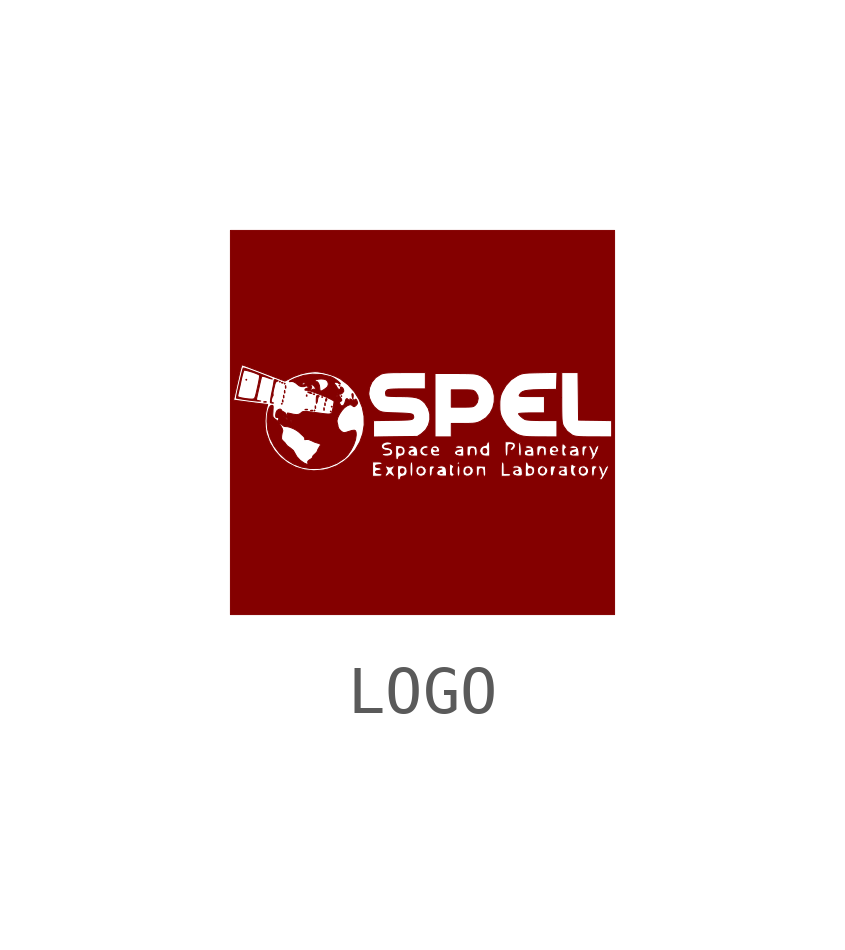
<source format=kicad_sym>
(kicad_symbol_lib
  (version 20220914)
  (generator "bitmap2component")
  (generator_version "8.0")
  (symbol "LOGO"
    (pin_names
      (offset 1.016))
    (property "Reference" "#G"
      (at 0 3.365 0)
      (effects (font (size 1.27 1.27)) hide))
    (symbol "LOGO_0_0"
      (polyline (pts (xy 4 0) (xy 4 4) (xy 0 4) (xy -4 4) (xy -4 0.465) (xy -3.935 0.465) (xy -3.901 0.617) (xy -3.871 0.753) (xy -3.839 0.894) (xy -3.814 1.004) (xy -3.795 1.085) (xy -3.78 1.141) (xy -3.77 1.176) (xy -3.762 1.195) (xy -3.757 1.2) (xy -3.747 1.197) (xy -3.705 1.183) (xy -3.634 1.157) (xy -3.54 1.121) (xy -3.428 1.079) (xy -3.303 1.031) (xy -2.864 0.863) (xy -2.733 0.932) (xy -2.685 0.956) (xy -2.539 1.01) (xy -2.384 1.046) (xy -2.238 1.06) (xy -2.181 1.056) (xy -2.064 1.037) (xy -1.939 1.004) (xy -1.82 0.962) (xy -1.723 0.915) (xy -1.71 0.907) (xy -1.55 0.786) (xy -1.421 0.643) (xy -1.393 0.599) (xy -1.12 0.599) (xy -1.103 0.722) (xy -1.054 0.839) (xy -0.975 0.934) (xy -0.87 1.003) (xy -0.848 1.012) (xy -0.813 1.022) (xy -0.767 1.029) (xy -0.706 1.034) (xy -0.622 1.038) (xy -0.511 1.039) (xy -0.365 1.04) (xy 0.06 1.04) (xy 0.06 0.87) (xy 0.06 0.7) (xy -0.329 0.7) (xy -0.386 0.7) (xy -0.509 0.699) (xy -0.6 0.697) (xy -0.664 0.693) (xy -0.707 0.687) (xy -0.733 0.679) (xy -0.75 0.667) (xy -0.767 0.641) (xy -0.771 0.606) (xy -0.767 0.592) (xy -0.76 0.558) (xy -0.757 0.556) (xy -0.724 0.549) (xy -0.659 0.544) (xy -0.571 0.541) (xy -0.465 0.54) (xy -0.449 0.54) (xy -0.311 0.537) (xy -0.205 0.529) (xy -0.124 0.514) (xy -0.06 0.49) (xy -0.006 0.455) (xy 0.044 0.408) (xy 0.056 0.395) (xy 0.077 0.36) (xy 0.26 0.36) (xy 0.26 1.02) (xy 0.685 1.02) (xy 0.765 1.02) (xy 0.889 1.019) (xy 0.982 1.017) (xy 1.05 1.014) (xy 1.101 1.008) (xy 1.141 1) (xy 1.175 0.988) (xy 1.211 0.973) (xy 1.233 0.962) (xy 1.339 0.886) (xy 1.419 0.787) (xy 1.471 0.674) (xy 1.496 0.552) (xy 1.493 0.427) (xy 1.477 0.36) (xy 1.61 0.36) (xy 1.611 0.438) (xy 1.619 0.512) (xy 1.635 0.576) (xy 1.663 0.642) (xy 1.737 0.769) (xy 1.845 0.888) (xy 1.977 0.975) (xy 2.018 0.994) (xy 2.056 1.009) (xy 2.098 1.019) (xy 2.151 1.026) (xy 2.221 1.031) (xy 2.317 1.034) (xy 2.446 1.037) (xy 2.802 1.044) (xy 2.796 0.867) (xy 2.79 0.69) (xy 2.475 0.686) (xy 2.445 0.685) (xy 2.31 0.681) (xy 2.208 0.673) (xy 2.133 0.661) (xy 2.081 0.642) (xy 2.045 0.615) (xy 2.02 0.58) (xy 2.018 0.576) (xy 2.013 0.561) (xy 2.018 0.551) (xy 2.041 0.545) (xy 2.087 0.542) (xy 2.161 0.54) (xy 2.269 0.54) (xy 2.54 0.54) (xy 2.54 0.519) (xy 2.9 0.519) (xy 2.9 1.04) (xy 3.07 1.04) (xy 3.239 1.04) (xy 3.245 0.545) (xy 3.25 0.05) (xy 3.595 0.045) (xy 3.94 0.039) (xy 3.94 -0.13) (xy 3.94 -0.3) (xy 3.565 -0.299) (xy 3.461 -0.299) (xy 3.347 -0.297) (xy 3.262 -0.293) (xy 3.202 -0.287) (xy 3.16 -0.278) (xy 3.13 -0.267) (xy 3.114 -0.258) (xy 3.011 -0.179) (xy 2.938 -0.076) (xy 2.927 -0.052) (xy 2.918 -0.023) (xy 2.911 0.015) (xy 2.906 0.067) (xy 2.903 0.138) (xy 2.901 0.234) (xy 2.9 0.359) (xy 2.9 0.519) (xy 2.54 0.519) (xy 2.54 0.37) (xy 2.54 0.2) (xy 2.27 0.2) (xy 2.242 0.2) (xy 2.147 0.198) (xy 2.07 0.195) (xy 2.019 0.19) (xy 2 0.183) (xy 2.008 0.166) (xy 2.04 0.131) (xy 2.086 0.093) (xy 2.134 0.062) (xy 2.135 0.062) (xy 2.176 0.053) (xy 2.252 0.046) (xy 2.358 0.042) (xy 2.489 0.04) (xy 2.8 0.04) (xy 2.8 -0.13) (xy 2.8 -0.3) (xy 2.455 -0.299) (xy 2.336 -0.298) (xy 2.233 -0.296) (xy 2.156 -0.291) (xy 2.098 -0.284) (xy 2.05 -0.273) (xy 2.006 -0.258) (xy 1.964 -0.239) (xy 1.849 -0.163) (xy 1.748 -0.057) (xy 1.669 0.071) (xy 1.667 0.074) (xy 1.637 0.141) (xy 1.62 0.2) (xy 1.612 0.268) (xy 1.61 0.36) (xy 1.477 0.36) (xy 1.464 0.305) (xy 1.407 0.194) (xy 1.323 0.099) (xy 1.211 0.028) (xy 1.198 0.022) (xy 1.152 0.003) (xy 1.104 -0.009) (xy 1.045 -0.016) (xy 0.965 -0.019) (xy 0.855 -0.02) (xy 0.6 -0.02) (xy 0.6 -0.16) (xy 0.6 -0.3) (xy 0.43 -0.3) (xy 0.26 -0.3) (xy 0.26 0.36) (xy 0.077 0.36) (xy 0.12 0.292) (xy 0.152 0.178) (xy 0.153 0.06) (xy 0.124 -0.053) (xy 0.065 -0.154) (xy -0.022 -0.234) (xy -0.107 -0.29) (xy -0.564 -0.296) (xy -1.02 -0.302) (xy -1.02 -0.131) (xy -1.02 0.039) (xy -0.617 0.045) (xy -0.499 0.046) (xy -0.391 0.049) (xy -0.312 0.052) (xy -0.258 0.057) (xy -0.224 0.064) (xy -0.204 0.073) (xy -0.192 0.085) (xy -0.181 0.112) (xy -0.192 0.155) (xy -0.203 0.167) (xy -0.225 0.177) (xy -0.263 0.185) (xy -0.324 0.191) (xy -0.412 0.196) (xy -0.534 0.2) (xy -0.606 0.202) (xy -0.707 0.206) (xy -0.78 0.211) (xy -0.832 0.218) (xy -0.87 0.229) (xy -0.902 0.243) (xy -0.934 0.264) (xy -0.935 0.264) (xy -1.004 0.328) (xy -1.063 0.415) (xy -1.104 0.51) (xy -1.12 0.599) (xy -1.393 0.599) (xy -1.322 0.484) (xy -1.254 0.313) (xy -1.218 0.133) (xy -1.215 -0.05) (xy -1.244 -0.231) (xy -1.307 -0.407) (xy -1.371 -0.517) (xy -0.857 -0.517) (xy -0.856 -0.472) (xy -0.826 -0.433) (xy -0.767 -0.408) (xy -0.724 -0.404) (xy -0.674 -0.411) (xy -0.643 -0.427) (xy -0.64 -0.451) (xy -0.641 -0.452) (xy -0.669 -0.463) (xy -0.718 -0.468) (xy -0.733 -0.469) (xy -0.776 -0.48) (xy -0.796 -0.497) (xy -0.789 -0.513) (xy -0.75 -0.52) (xy -0.721 -0.522) (xy -0.662 -0.544) (xy -0.625 -0.582) (xy -0.618 -0.629) (xy -0.619 -0.63) (xy -0.56 -0.63) (xy -0.56 -0.48) (xy -0.499 -0.48) (xy -0.491 -0.48) (xy -0.416 -0.492) (xy -0.374 -0.527) (xy -0.36 -0.587) (xy -0.364 -0.615) (xy -0.305 -0.615) (xy -0.276 -0.577) (xy -0.22 -0.554) (xy -0.197 -0.549) (xy -0.198 -0.545) (xy -0.237 -0.543) (xy -0.281 -0.534) (xy -0.295 -0.516) (xy -0.277 -0.497) (xy -0.226 -0.484) (xy -0.212 -0.483) (xy -0.15 -0.498) (xy -0.113 -0.544) (xy -0.109 -0.565) (xy -0.055 -0.565) (xy -0.024 -0.513) (xy 0.018 -0.489) (xy 0.065 -0.48) (xy 0.104 -0.487) (xy 0.12 -0.51) (xy 0.11 -0.53) (xy 0.069 -0.54) (xy 0.049 -0.542) (xy 0.013 -0.563) (xy 0.011 -0.57) (xy 0.164 -0.57) (xy 0.187 -0.517) (xy 0.233 -0.487) (xy 0.287 -0.484) (xy 0.334 -0.51) (xy 0.356 -0.567) (xy 0.357 -0.573) (xy 0.356 -0.605) (xy 0.336 -0.617) (xy 0.665 -0.617) (xy 0.692 -0.582) (xy 0.752 -0.557) (xy 0.81 -0.545) (xy 0.743 -0.542) (xy 0.696 -0.534) (xy 0.685 -0.515) (xy 0.7 -0.496) (xy 0.746 -0.482) (xy 0.811 -0.489) (xy 0.825 -0.492) (xy 0.848 -0.508) (xy 0.858 -0.54) (xy 0.86 -0.596) (xy 0.927 -0.596) (xy 0.93 -0.492) (xy 1.009 -0.487) (xy 1.023 -0.486) (xy 1.078 -0.49) (xy 1.114 -0.503) (xy 1.115 -0.504) (xy 1.132 -0.537) (xy 1.14 -0.587) (xy 1.14 -0.589) (xy 1.189 -0.589) (xy 1.204 -0.538) (xy 1.241 -0.497) (xy 1.29 -0.48) (xy 1.328 -0.471) (xy 1.34 -0.44) (xy 1.345 -0.417) (xy 1.37 -0.4) (xy 1.381 -0.403) (xy 1.393 -0.424) (xy 1.398 -0.471) (xy 1.4 -0.55) (xy 1.72 -0.55) (xy 1.72 -0.4) (xy 1.808 -0.4) (xy 1.82 -0.4) (xy 1.882 -0.409) (xy 1.919 -0.429) (xy 1.922 -0.432) (xy 1.938 -0.483) (xy 1.922 -0.535) (xy 1.908 -0.548) (xy 2 -0.548) (xy 2 -0.514) (xy 2.003 -0.447) (xy 2.011 -0.412) (xy 2.025 -0.405) (xy 2.037 -0.419) (xy 2.049 -0.47) (xy 2.056 -0.556) (xy 2.058 -0.617) (xy 2.057 -0.626) (xy 2.12 -0.626) (xy 2.121 -0.611) (xy 2.138 -0.582) (xy 2.185 -0.565) (xy 2.25 -0.552) (xy 2.19 -0.541) (xy 2.163 -0.534) (xy 2.134 -0.515) (xy 2.14 -0.496) (xy 2.184 -0.484) (xy 2.212 -0.482) (xy 2.273 -0.495) (xy 2.309 -0.537) (xy 2.317 -0.592) (xy 2.38 -0.592) (xy 2.381 -0.535) (xy 2.387 -0.5) (xy 2.403 -0.487) (xy 2.435 -0.484) (xy 2.465 -0.485) (xy 2.528 -0.49) (xy 2.562 -0.506) (xy 2.577 -0.541) (xy 2.579 -0.587) (xy 2.64 -0.587) (xy 2.648 -0.541) (xy 2.685 -0.496) (xy 2.747 -0.48) (xy 2.787 -0.494) (xy 2.824 -0.533) (xy 2.833 -0.56) (xy 2.9 -0.56) (xy 2.902 -0.502) (xy 2.907 -0.458) (xy 2.915 -0.441) (xy 2.939 -0.448) (xy 2.97 -0.472) (xy 2.992 -0.502) (xy 2.998 -0.529) (xy 2.98 -0.54) (xy 2.967 -0.552) (xy 2.96 -0.589) (xy 2.965 -0.622) (xy 2.967 -0.627) (xy 3.06 -0.627) (xy 3.061 -0.617) (xy 3.077 -0.584) (xy 3.125 -0.562) (xy 3.19 -0.544) (xy 3.123 -0.542) (xy 3.079 -0.534) (xy 3.064 -0.516) (xy 3.083 -0.496) (xy 3.134 -0.484) (xy 3.148 -0.483) (xy 3.21 -0.498) (xy 3.247 -0.544) (xy 3.255 -0.593) (xy 3.32 -0.593) (xy 3.321 -0.534) (xy 3.327 -0.501) (xy 3.345 -0.489) (xy 3.38 -0.487) (xy 3.391 -0.487) (xy 3.407 -0.49) (xy 3.463 -0.49) (xy 3.47 -0.481) (xy 3.488 -0.48) (xy 3.494 -0.481) (xy 3.52 -0.507) (xy 3.545 -0.554) (xy 3.575 -0.628) (xy 3.589 -0.563) (xy 3.593 -0.55) (xy 3.615 -0.505) (xy 3.645 -0.48) (xy 3.672 -0.485) (xy 3.673 -0.496) (xy 3.663 -0.536) (xy 3.642 -0.592) (xy 3.615 -0.653) (xy 3.587 -0.708) (xy 3.563 -0.745) (xy 3.539 -0.768) (xy 3.511 -0.78) (xy 3.5 -0.764) (xy 3.502 -0.756) (xy 3.521 -0.727) (xy 3.527 -0.716) (xy 3.525 -0.674) (xy 3.501 -0.602) (xy 3.487 -0.567) (xy 3.468 -0.516) (xy 3.463 -0.49) (xy 3.407 -0.49) (xy 3.431 -0.496) (xy 3.438 -0.513) (xy 3.41 -0.533) (xy 3.388 -0.56) (xy 3.38 -0.622) (xy 3.38 -0.642) (xy 3.371 -0.686) (xy 3.35 -0.7) (xy 3.333 -0.692) (xy 3.323 -0.658) (xy 3.32 -0.593) (xy 3.255 -0.593) (xy 3.26 -0.621) (xy 3.26 -0.7) (xy 3.173 -0.7) (xy 3.131 -0.699) (xy 3.085 -0.691) (xy 3.065 -0.669) (xy 3.06 -0.627) (xy 2.967 -0.627) (xy 2.98 -0.65) (xy 2.985 -0.654) (xy 3 -0.681) (xy 2.999 -0.685) (xy 2.978 -0.698) (xy 2.942 -0.699) (xy 2.913 -0.687) (xy 2.906 -0.666) (xy 2.902 -0.619) (xy 2.9 -0.56) (xy 2.833 -0.56) (xy 2.84 -0.581) (xy 2.837 -0.6) (xy 2.816 -0.616) (xy 2.765 -0.621) (xy 2.725 -0.622) (xy 2.709 -0.628) (xy 2.725 -0.641) (xy 2.748 -0.651) (xy 2.788 -0.656) (xy 2.802 -0.655) (xy 2.824 -0.67) (xy 2.818 -0.682) (xy 2.786 -0.693) (xy 2.741 -0.696) (xy 2.695 -0.691) (xy 2.665 -0.677) (xy 2.665 -0.677) (xy 2.647 -0.64) (xy 2.64 -0.587) (xy 2.579 -0.587) (xy 2.58 -0.6) (xy 2.578 -0.652) (xy 2.569 -0.689) (xy 2.55 -0.7) (xy 2.541 -0.698) (xy 2.525 -0.675) (xy 2.52 -0.619) (xy 2.518 -0.572) (xy 2.508 -0.546) (xy 2.485 -0.544) (xy 2.482 -0.544) (xy 2.456 -0.568) (xy 2.444 -0.625) (xy 2.444 -0.625) (xy 2.432 -0.681) (xy 2.409 -0.7) (xy 2.393 -0.692) (xy 2.383 -0.658) (xy 2.38 -0.592) (xy 2.317 -0.592) (xy 2.32 -0.611) (xy 2.32 -0.7) (xy 2.233 -0.7) (xy 2.19 -0.699) (xy 2.145 -0.691) (xy 2.125 -0.668) (xy 2.12 -0.626) (xy 2.057 -0.626) (xy 2.055 -0.668) (xy 2.047 -0.693) (xy 2.031 -0.7) (xy 2.018 -0.696) (xy 2.007 -0.674) (xy 2.001 -0.627) (xy 2 -0.548) (xy 1.908 -0.548) (xy 1.88 -0.574) (xy 1.864 -0.581) (xy 1.829 -0.584) (xy 1.823 -0.562) (xy 1.848 -0.522) (xy 1.876 -0.484) (xy 1.87 -0.465) (xy 1.83 -0.46) (xy 1.828 -0.46) (xy 1.801 -0.463) (xy 1.787 -0.477) (xy 1.781 -0.513) (xy 1.78 -0.58) (xy 1.78 -0.594) (xy 1.777 -0.658) (xy 1.767 -0.691) (xy 1.75 -0.7) (xy 1.738 -0.697) (xy 1.727 -0.675) (xy 1.722 -0.629) (xy 1.72 -0.55) (xy 1.4 -0.55) (xy 1.4 -0.7) (xy 1.322 -0.7) (xy 1.265 -0.694) (xy 1.222 -0.668) (xy 1.193 -0.612) (xy 1.189 -0.589) (xy 1.14 -0.589) (xy 1.139 -0.64) (xy 1.129 -0.683) (xy 1.11 -0.7) (xy 1.101 -0.699) (xy 1.085 -0.676) (xy 1.08 -0.62) (xy 1.078 -0.574) (xy 1.066 -0.547) (xy 1.04 -0.54) (xy 1.017 -0.544) (xy 1.003 -0.568) (xy 1 -0.62) (xy 0.998 -0.663) (xy 0.987 -0.692) (xy 0.962 -0.7) (xy 0.952 -0.699) (xy 0.935 -0.689) (xy 0.927 -0.657) (xy 0.927 -0.596) (xy 0.86 -0.596) (xy 0.86 -0.6) (xy 0.86 -0.7) (xy 0.782 -0.7) (xy 0.768 -0.7) (xy 0.705 -0.685) (xy 0.67 -0.654) (xy 0.665 -0.617) (xy 0.336 -0.617) (xy 0.336 -0.618) (xy 0.286 -0.62) (xy 0.256 -0.621) (xy 0.231 -0.627) (xy 0.24 -0.639) (xy 0.266 -0.648) (xy 0.315 -0.647) (xy 0.349 -0.645) (xy 0.36 -0.668) (xy 0.357 -0.68) (xy 0.334 -0.696) (xy 0.28 -0.7) (xy 0.238 -0.698) (xy 0.2 -0.684) (xy 0.177 -0.651) (xy 0.17 -0.634) (xy 0.164 -0.57) (xy 0.011 -0.57) (xy 0.005 -0.597) (xy 0.031 -0.633) (xy 0.059 -0.648) (xy 0.094 -0.651) (xy 0.107 -0.65) (xy 0.12 -0.671) (xy 0.119 -0.675) (xy 0.099 -0.695) (xy 0.057 -0.7) (xy 0.01 -0.691) (xy -0.029 -0.668) (xy -0.054 -0.625) (xy -0.055 -0.565) (xy -0.109 -0.565) (xy -0.1 -0.621) (xy -0.1 -0.7) (xy -0.189 -0.7) (xy -0.222 -0.699) (xy -0.272 -0.688) (xy -0.299 -0.663) (xy -0.299 -0.662) (xy -0.305 -0.615) (xy -0.364 -0.615) (xy -0.367 -0.641) (xy -0.398 -0.685) (xy -0.454 -0.7) (xy -0.487 -0.708) (xy -0.5 -0.74) (xy -0.506 -0.763) (xy -0.53 -0.78) (xy -0.542 -0.776) (xy -0.553 -0.755) (xy -0.558 -0.709) (xy -0.56 -0.63) (xy -0.619 -0.63) (xy -0.644 -0.676) (xy -0.676 -0.692) (xy -0.727 -0.7) (xy -0.78 -0.699) (xy -0.823 -0.689) (xy -0.84 -0.67) (xy -0.839 -0.661) (xy -0.816 -0.645) (xy -0.76 -0.64) (xy -0.737 -0.639) (xy -0.693 -0.631) (xy -0.68 -0.61) (xy -0.68 -0.609) (xy -0.697 -0.587) (xy -0.748 -0.58) (xy -0.776 -0.578) (xy -0.83 -0.555) (xy -0.857 -0.517) (xy -1.371 -0.517) (xy -1.403 -0.572) (xy -1.534 -0.723) (xy -1.638 -0.811) (xy -1.79 -0.903) (xy -1.961 -0.966) (xy -1.977 -0.97) (xy -1.04 -0.97) (xy -1.04 -0.82) (xy -0.94 -0.82) (xy -0.888 -0.822) (xy -0.851 -0.831) (xy -0.84 -0.85) (xy -0.84 -0.853) (xy -0.858 -0.873) (xy -0.91 -0.88) (xy -0.916 -0.88) (xy -0.965 -0.888) (xy -0.98 -0.91) (xy -0.968 -0.931) (xy -0.92 -0.94) (xy -0.878 -0.946) (xy -0.86 -0.97) (xy -0.872 -0.991) (xy -0.92 -1) (xy -0.962 -1.006) (xy -0.98 -1.03) (xy -0.98 -1.033) (xy -0.962 -1.053) (xy -0.91 -1.06) (xy -0.904 -1.06) (xy -0.855 -1.068) (xy -0.84 -1.09) (xy -0.846 -1.104) (xy -0.78 -1.104) (xy -0.774 -1.085) (xy -0.751 -1.049) (xy -0.74 -1.032) (xy -0.734 -1.002) (xy -0.753 -0.963) (xy -0.759 -0.953) (xy -0.772 -0.915) (xy -0.758 -0.901) (xy -0.719 -0.916) (xy -0.682 -0.93) (xy -0.641 -0.916) (xy -0.629 -0.909) (xy -0.595 -0.902) (xy -0.587 -0.922) (xy -0.61 -0.959) (xy -0.629 -0.984) (xy -0.634 -1.011) (xy -0.613 -1.049) (xy -0.612 -1.05) (xy -0.52 -1.05) (xy -0.52 -0.9) (xy -0.444 -0.9) (xy -0.43 -0.9) (xy -0.365 -0.913) (xy -0.331 -0.948) (xy -0.327 -0.97) (xy -0.26 -0.97) (xy -0.259 -0.912) (xy -0.255 -0.856) (xy -0.246 -0.828) (xy -0.23 -0.82) (xy -0.218 -0.823) (xy -0.207 -0.844) (xy -0.206 -0.852) (xy 0.72 -0.852) (xy 0.724 -0.836) (xy 0.752 -0.82) (xy 0.767 -0.823) (xy 0.775 -0.844) (xy 0.756 -0.87) (xy 0.732 -0.874) (xy 0.72 -0.852) (xy -0.206 -0.852) (xy -0.202 -0.891) (xy -0.2 -0.97) (xy -0.201 -1.013) (xy -0.14 -1.013) (xy -0.14 -1.013) (xy -0.129 -0.947) (xy -0.093 -0.911) (xy -0.027 -0.9) (xy -0.002 -0.903) (xy 0.049 -0.93) (xy 0.078 -0.979) (xy 0.078 -1.013) (xy 0.14 -1.013) (xy 0.141 -0.954) (xy 0.147 -0.921) (xy 0.165 -0.907) (xy 0.2 -0.904) (xy 0.214 -0.904) (xy 0.252 -0.914) (xy 0.258 -0.933) (xy 0.23 -0.953) (xy 0.208 -0.98) (xy 0.201 -1.035) (xy 0.295 -1.035) (xy 0.324 -0.997) (xy 0.38 -0.974) (xy 0.403 -0.969) (xy 0.402 -0.965) (xy 0.363 -0.963) (xy 0.363 -0.963) (xy 0.317 -0.953) (xy 0.305 -0.935) (xy 0.326 -0.916) (xy 0.378 -0.904) (xy 0.404 -0.902) (xy 0.46 -0.915) (xy 0.49 -0.957) (xy 0.494 -0.98) (xy 0.56 -0.98) (xy 0.562 -0.922) (xy 0.567 -0.878) (xy 0.575 -0.861) (xy 0.594 -0.869) (xy 0.63 -0.893) (xy 0.654 -0.918) (xy 0.645 -0.934) (xy 0.64 -0.937) (xy 0.626 -0.965) (xy 0.62 -1.006) (xy 0.621 -1.01) (xy 0.72 -1.01) (xy 0.723 -0.945) (xy 0.732 -0.91) (xy 0.75 -0.9) (xy 0.768 -0.909) (xy 0.777 -0.944) (xy 0.78 -1.01) (xy 0.84 -1.01) (xy 0.851 -0.947) (xy 0.887 -0.911) (xy 0.953 -0.9) (xy 0.982 -0.903) (xy 1.032 -0.932) (xy 1.058 -0.979) (xy 1.057 -1.012) (xy 1.12 -1.012) (xy 1.12 -0.904) (xy 1.215 -0.907) (xy 1.31 -0.91) (xy 1.313 -0.97) (xy 1.64 -0.97) (xy 1.641 -0.912) (xy 1.645 -0.856) (xy 1.654 -0.828) (xy 1.67 -0.82) (xy 1.674 -0.82) (xy 1.69 -0.833) (xy 1.698 -0.87) (xy 1.7 -0.94) (xy 1.7 -1.06) (xy 1.77 -1.06) (xy 1.776 -1.06) (xy 1.792 -1.062) (xy 1.874 -1.062) (xy 1.881 -1.019) (xy 1.903 -0.995) (xy 1.952 -0.98) (xy 1.983 -0.975) (xy 1.99 -0.96) (xy 1.97 -0.95) (xy 1.929 -0.952) (xy 1.926 -0.953) (xy 1.89 -0.954) (xy 1.88 -0.932) (xy 1.882 -0.92) (xy 1.905 -0.904) (xy 1.959 -0.9) (xy 1.993 -0.902) (xy 2.044 -0.922) (xy 2.072 -0.968) (xy 2.072 -0.97) (xy 2.14 -0.97) (xy 2.141 -0.912) (xy 2.145 -0.856) (xy 2.154 -0.828) (xy 2.17 -0.82) (xy 2.187 -0.827) (xy 2.2 -0.86) (xy 2.209 -0.889) (xy 2.246 -0.9) (xy 2.278 -0.905) (xy 2.316 -0.924) (xy 2.323 -0.933) (xy 2.338 -0.983) (xy 2.336 -1.016) (xy 2.39 -1.016) (xy 2.396 -0.958) (xy 2.428 -0.915) (xy 2.484 -0.899) (xy 2.545 -0.911) (xy 2.591 -0.949) (xy 2.604 -0.971) (xy 2.61 -0.998) (xy 2.66 -0.998) (xy 2.66 -0.955) (xy 2.666 -0.919) (xy 2.684 -0.906) (xy 2.72 -0.904) (xy 2.761 -0.909) (xy 2.779 -0.923) (xy 2.761 -0.951) (xy 2.76 -0.952) (xy 2.745 -0.987) (xy 2.735 -1.039) (xy 2.729 -1.065) (xy 2.824 -1.065) (xy 2.833 -1.023) (xy 2.859 -1) (xy 2.907 -0.984) (xy 2.941 -0.974) (xy 2.949 -0.959) (xy 2.93 -0.949) (xy 2.889 -0.952) (xy 2.884 -0.953) (xy 2.849 -0.954) (xy 2.84 -0.931) (xy 2.845 -0.913) (xy 2.87 -0.903) (xy 2.925 -0.904) (xy 3.01 -0.91) (xy 3.012 -0.95) (xy 3.081 -0.95) (xy 3.088 -0.897) (xy 3.104 -0.868) (xy 3.115 -0.864) (xy 3.135 -0.876) (xy 3.141 -0.886) (xy 3.172 -0.9) (xy 3.184 -0.902) (xy 3.2 -0.92) (xy 3.2 -0.925) (xy 3.182 -0.94) (xy 3.165 -0.953) (xy 3.155 -0.99) (xy 3.157 -1.013) (xy 3.24 -1.013) (xy 3.24 -1.013) (xy 3.251 -0.947) (xy 3.287 -0.911) (xy 3.353 -0.9) (xy 3.378 -0.903) (xy 3.429 -0.93) (xy 3.458 -0.979) (xy 3.458 -1.01) (xy 3.52 -1.01) (xy 3.52 -1.008) (xy 3.521 -0.946) (xy 3.528 -0.914) (xy 3.546 -0.902) (xy 3.58 -0.9) (xy 3.595 -0.901) (xy 3.608 -0.905) (xy 3.668 -0.905) (xy 3.674 -0.9) (xy 3.702 -0.904) (xy 3.731 -0.934) (xy 3.751 -0.984) (xy 3.766 -1.05) (xy 3.79 -0.98) (xy 3.793 -0.97) (xy 3.819 -0.925) (xy 3.847 -0.903) (xy 3.865 -0.902) (xy 3.876 -0.909) (xy 3.871 -0.934) (xy 3.851 -0.982) (xy 3.814 -1.059) (xy 3.811 -1.065) (xy 3.777 -1.128) (xy 3.747 -1.175) (xy 3.727 -1.195) (xy 3.7 -1.193) (xy 3.691 -1.17) (xy 3.709 -1.141) (xy 3.717 -1.133) (xy 3.726 -1.111) (xy 3.72 -1.076) (xy 3.698 -1.016) (xy 3.683 -0.975) (xy 3.67 -0.927) (xy 3.668 -0.905) (xy 3.608 -0.905) (xy 3.632 -0.912) (xy 3.638 -0.932) (xy 3.61 -0.953) (xy 3.588 -0.98) (xy 3.58 -1.042) (xy 3.579 -1.062) (xy 3.571 -1.106) (xy 3.55 -1.12) (xy 3.532 -1.11) (xy 3.523 -1.076) (xy 3.52 -1.01) (xy 3.458 -1.01) (xy 3.459 -1.035) (xy 3.429 -1.089) (xy 3.409 -1.105) (xy 3.352 -1.122) (xy 3.298 -1.109) (xy 3.256 -1.071) (xy 3.24 -1.013) (xy 3.157 -1.013) (xy 3.158 -1.032) (xy 3.173 -1.062) (xy 3.186 -1.076) (xy 3.2 -1.102) (xy 3.192 -1.117) (xy 3.162 -1.12) (xy 3.127 -1.107) (xy 3.101 -1.081) (xy 3.094 -1.066) (xy 3.083 -1.012) (xy 3.081 -0.95) (xy 3.012 -0.95) (xy 3.016 -1.012) (xy 3.022 -1.113) (xy 2.943 -1.116) (xy 2.902 -1.115) (xy 2.849 -1.097) (xy 2.824 -1.065) (xy 2.729 -1.065) (xy 2.723 -1.09) (xy 2.701 -1.116) (xy 2.674 -1.107) (xy 2.669 -1.098) (xy 2.663 -1.057) (xy 2.66 -0.998) (xy 2.61 -0.998) (xy 2.612 -1.008) (xy 2.596 -1.054) (xy 2.563 -1.096) (xy 2.511 -1.119) (xy 2.455 -1.111) (xy 2.409 -1.072) (xy 2.39 -1.016) (xy 2.336 -1.016) (xy 2.333 -1.042) (xy 2.308 -1.089) (xy 2.307 -1.09) (xy 2.265 -1.111) (xy 2.208 -1.12) (xy 2.14 -1.12) (xy 2.14 -0.97) (xy 2.072 -0.97) (xy 2.08 -1.046) (xy 2.08 -1.065) (xy 2.074 -1.1) (xy 2.051 -1.113) (xy 2 -1.116) (xy 1.959 -1.114) (xy 1.901 -1.096) (xy 1.874 -1.062) (xy 1.792 -1.062) (xy 1.825 -1.068) (xy 1.84 -1.09) (xy 1.834 -1.106) (xy 1.803 -1.117) (xy 1.74 -1.12) (xy 1.64 -1.12) (xy 1.64 -0.97) (xy 1.313 -0.97) (xy 1.316 -1.015) (xy 1.316 -1.023) (xy 1.317 -1.083) (xy 1.309 -1.112) (xy 1.291 -1.12) (xy 1.28 -1.118) (xy 1.265 -1.095) (xy 1.26 -1.04) (xy 1.258 -0.994) (xy 1.246 -0.967) (xy 1.22 -0.96) (xy 1.197 -0.965) (xy 1.183 -0.988) (xy 1.18 -1.04) (xy 1.179 -1.063) (xy 1.171 -1.107) (xy 1.15 -1.12) (xy 1.133 -1.111) (xy 1.123 -1.078) (xy 1.12 -1.012) (xy 1.057 -1.012) (xy 1.057 -1.035) (xy 1.023 -1.087) (xy 1.021 -1.089) (xy 0.969 -1.115) (xy 0.91 -1.117) (xy 0.864 -1.096) (xy 0.847 -1.062) (xy 0.84 -1.01) (xy 0.78 -1.01) (xy 0.777 -1.075) (xy 0.768 -1.11) (xy 0.75 -1.12) (xy 0.732 -1.11) (xy 0.723 -1.076) (xy 0.72 -1.01) (xy 0.621 -1.01) (xy 0.625 -1.044) (xy 0.64 -1.06) (xy 0.649 -1.063) (xy 0.66 -1.09) (xy 0.66 -1.093) (xy 0.641 -1.114) (xy 0.606 -1.12) (xy 0.573 -1.107) (xy 0.566 -1.086) (xy 0.562 -1.039) (xy 0.56 -0.98) (xy 0.494 -0.98) (xy 0.5 -1.03) (xy 0.5 -1.115) (xy 0.41 -1.117) (xy 0.374 -1.116) (xy 0.326 -1.106) (xy 0.301 -1.082) (xy 0.3 -1.081) (xy 0.295 -1.035) (xy 0.201 -1.035) (xy 0.2 -1.042) (xy 0.2 -1.062) (xy 0.191 -1.106) (xy 0.17 -1.12) (xy 0.153 -1.111) (xy 0.143 -1.078) (xy 0.14 -1.013) (xy 0.078 -1.013) (xy 0.079 -1.035) (xy 0.049 -1.089) (xy 0.029 -1.105) (xy -0.028 -1.122) (xy -0.082 -1.109) (xy -0.124 -1.071) (xy -0.14 -1.013) (xy -0.201 -1.013) (xy -0.201 -1.028) (xy -0.205 -1.084) (xy -0.214 -1.112) (xy -0.23 -1.12) (xy -0.242 -1.117) (xy -0.253 -1.095) (xy -0.259 -1.049) (xy -0.26 -0.97) (xy -0.327 -0.97) (xy -0.32 -1.01) (xy -0.326 -1.06) (xy -0.357 -1.105) (xy -0.414 -1.12) (xy -0.447 -1.128) (xy -0.46 -1.16) (xy -0.466 -1.183) (xy -0.49 -1.2) (xy -0.502 -1.196) (xy -0.513 -1.175) (xy -0.518 -1.129) (xy -0.52 -1.05) (xy -0.612 -1.05) (xy -0.59 -1.087) (xy -0.58 -1.109) (xy -0.581 -1.113) (xy -0.599 -1.121) (xy -0.631 -1.111) (xy -0.661 -1.089) (xy -0.669 -1.08) (xy -0.688 -1.068) (xy -0.705 -1.089) (xy -0.709 -1.096) (xy -0.737 -1.115) (xy -0.766 -1.119) (xy -0.78 -1.104) (xy -0.846 -1.104) (xy -0.846 -1.106) (xy -0.877 -1.117) (xy -0.94 -1.12) (xy -1.04 -1.12) (xy -1.04 -0.97) (xy -1.977 -0.97) (xy -2.065 -0.99) (xy -2.264 -1.006) (xy -2.457 -0.986) (xy -2.639 -0.932) (xy -2.806 -0.846) (xy -2.955 -0.731) (xy -3.082 -0.589) (xy -3.183 -0.421) (xy -3.252 -0.232) (xy -3.257 -0.213) (xy -3.274 -0.099) (xy -3.279 0.033) (xy -3.271 0.163) (xy -3.252 0.273) (xy -3.225 0.375) (xy -3.337 0.388) (xy -3.391 0.394) (xy -3.481 0.405) (xy -3.585 0.419) (xy -3.692 0.433) (xy -3.935 0.465) (xy -4 0.465) (xy -4 0) (xy -4 -4) (xy 0 -4) (xy 4 -4) (xy 4 0)) (stroke (width 0.01) (type default)) (fill (type outline)))
      (polyline (pts (xy -0.401 -1.044) (xy -0.384 -1.005) (xy -0.384 -1.004) (xy -0.388 -0.97) (xy -0.419 -0.96) (xy -0.421 -0.96) (xy -0.452 -0.972) (xy -0.46 -1.011) (xy -0.452 -1.044) (xy -0.428 -1.058) (xy -0.401 -1.044)) (stroke (width 0.01) (type default)) (fill (type outline)))
      (polyline (pts (xy -0.001 -1.047) (xy 0.016 -1.012) (xy 0.001 -0.971) (xy -0.004 -0.966) (xy -0.038 -0.951) (xy -0.068 -0.969) (xy -0.08 -1.012) (xy -0.072 -1.048) (xy -0.039 -1.06) (xy -0.001 -1.047)) (stroke (width 0.01) (type default)) (fill (type outline)))
      (polyline (pts (xy 0.409 -1.057) (xy 0.414 -1.048) (xy 0.407 -1.044) (xy 0.376 -1.046) (xy 0.367 -1.054) (xy 0.388 -1.058) (xy 0.409 -1.057)) (stroke (width 0.01) (type default)) (fill (type outline)))
      (polyline (pts (xy 0.975 -1.045) (xy 0.992 -1.009) (xy 0.979 -0.969) (xy 0.974 -0.964) (xy 0.941 -0.951) (xy 0.912 -0.969) (xy 0.9 -1.012) (xy 0.907 -1.046) (xy 0.938 -1.06) (xy 0.975 -1.045)) (stroke (width 0.01) (type default)) (fill (type outline)))
      (polyline (pts (xy 1.984 -1.058) (xy 2 -1.04) (xy 1.997 -1.031) (xy 1.97 -1.02) (xy 1.956 -1.022) (xy 1.94 -1.04) (xy 1.943 -1.049) (xy 1.97 -1.06) (xy 1.984 -1.058)) (stroke (width 0.01) (type default)) (fill (type outline)))
      (polyline (pts (xy 2.271 -1.049) (xy 2.28 -1.01) (xy 2.271 -0.972) (xy 2.24 -0.96) (xy 2.209 -0.971) (xy 2.2 -1.01) (xy 2.209 -1.048) (xy 2.24 -1.06) (xy 2.271 -1.049)) (stroke (width 0.01) (type default)) (fill (type outline)))
      (polyline (pts (xy 2.524 -1.051) (xy 2.54 -1.018) (xy 2.538 -0.978) (xy 2.517 -0.948) (xy 2.502 -0.945) (xy 2.474 -0.963) (xy 2.454 -0.996) (xy 2.454 -1.032) (xy 2.465 -1.047) (xy 2.502 -1.06) (xy 2.524 -1.051)) (stroke (width 0.01) (type default)) (fill (type outline)))
      (polyline (pts (xy 2.93 -1.06) (xy 2.954 -1.054) (xy 2.944 -1.036) (xy 2.923 -1.022) (xy 2.896 -1.036) (xy 2.891 -1.041) (xy 2.888 -1.056) (xy 2.92 -1.06) (xy 2.93 -1.06)) (stroke (width 0.01) (type default)) (fill (type outline)))
      (polyline (pts (xy 3.346 -1.06) (xy 3.384 -1.042) (xy 3.395 -1.006) (xy 3.375 -0.966) (xy 3.374 -0.965) (xy 3.337 -0.946) (xy 3.311 -0.963) (xy 3.3 -1.011) (xy 3.308 -1.048) (xy 3.341 -1.06) (xy 3.346 -1.06)) (stroke (width 0.01) (type default)) (fill (type outline)))
      (polyline (pts (xy -2.142 -0.955) (xy -1.954 -0.917) (xy -1.779 -0.846) (xy -1.623 -0.743) (xy -1.555 -0.673) (xy -1.488 -0.575) (xy -1.432 -0.465) (xy -1.394 -0.356) (xy -1.38 -0.26) (xy -1.382 -0.213) (xy -1.393 -0.174) (xy -1.42 -0.16) (xy -1.47 -0.166) (xy -1.55 -0.191) (xy -1.59 -0.204) (xy -1.631 -0.212) (xy -1.662 -0.203) (xy -1.7 -0.176) (xy -1.706 -0.171) (xy -1.743 -0.127) (xy -1.759 -0.086) (xy -1.763 -0.052) (xy -1.778 0.004) (xy -1.781 0.039) (xy -1.764 0.102) (xy -1.728 0.175) (xy -1.68 0.247) (xy -1.626 0.307) (xy -1.572 0.346) (xy -1.556 0.354) (xy -1.513 0.37) (xy -1.486 0.369) (xy -1.46 0.35) (xy -1.437 0.332) (xy -1.414 0.331) (xy -1.382 0.358) (xy -1.366 0.375) (xy -1.351 0.408) (xy -1.364 0.451) (xy -1.374 0.471) (xy -1.39 0.487) (xy -1.405 0.471) (xy -1.416 0.455) (xy -1.437 0.453) (xy -1.475 0.475) (xy -1.482 0.479) (xy -1.51 0.493) (xy -1.513 0.485) (xy -1.508 0.473) (xy -1.518 0.46) (xy -1.524 0.461) (xy -1.55 0.48) (xy -1.573 0.5) (xy -1.595 0.483) (xy -1.611 0.431) (xy -1.615 0.416) (xy -1.639 0.365) (xy -1.671 0.344) (xy -1.702 0.355) (xy -1.726 0.4) (xy -1.728 0.425) (xy -1.708 0.44) (xy -1.706 0.44) (xy -1.683 0.455) (xy -1.685 0.486) (xy -1.71 0.52) (xy -1.726 0.539) (xy -1.739 0.569) (xy -1.738 0.591) (xy -1.721 0.591) (xy -1.698 0.592) (xy -1.664 0.616) (xy -1.664 0.616) (xy -1.639 0.654) (xy -1.647 0.696) (xy -1.664 0.722) (xy -1.69 0.739) (xy -1.709 0.737) (xy -1.709 0.713) (xy -1.708 0.699) (xy -1.731 0.687) (xy -1.755 0.697) (xy -1.781 0.731) (xy -1.795 0.761) (xy -1.819 0.789) (xy -1.825 0.794) (xy -1.84 0.821) (xy -1.837 0.83) (xy -1.811 0.839) (xy -1.775 0.836) (xy -1.75 0.82) (xy -1.746 0.815) (xy -1.718 0.8) (xy -1.71 0.805) (xy -1.722 0.826) (xy -1.755 0.857) (xy -1.8 0.892) (xy -1.849 0.924) (xy -1.896 0.948) (xy -1.928 0.959) (xy -2.105 0.999) (xy -2.292 1.006) (xy -2.477 0.98) (xy -2.651 0.921) (xy -2.668 0.913) (xy -2.739 0.879) (xy -2.759 0.867) (xy -2.24 0.867) (xy -2.24 0.871) (xy -2.217 0.89) (xy -2.169 0.903) (xy -2.11 0.907) (xy -2.051 0.902) (xy -2.005 0.887) (xy -1.975 0.855) (xy -1.96 0.801) (xy -1.975 0.749) (xy -1.985 0.738) (xy -2.013 0.713) (xy -1.913 0.713) (xy -1.911 0.716) (xy -1.887 0.713) (xy -1.884 0.707) (xy -1.9 0.7) (xy -1.911 0.702) (xy -1.913 0.713) (xy -2.013 0.713) (xy -2.021 0.707) (xy -2.066 0.677) (xy -2.105 0.657) (xy -2.127 0.654) (xy -2.136 0.681) (xy -2.141 0.728) (xy -2.146 0.769) (xy -2.165 0.818) (xy -2.191 0.849) (xy -2.219 0.851) (xy -2.229 0.848) (xy -2.24 0.867) (xy -2.759 0.867) (xy -2.774 0.858) (xy -2.772 0.85) (xy -2.735 0.854) (xy -2.693 0.851) (xy -2.64 0.822) (xy -2.624 0.809) (xy -2.508 0.809) (xy -2.499 0.821) (xy -2.468 0.827) (xy -2.454 0.825) (xy -2.44 0.841) (xy -2.439 0.851) (xy -2.427 0.854) (xy -2.424 0.841) (xy -2.44 0.81) (xy -2.451 0.799) (xy -2.459 0.794) (xy -2.334 0.794) (xy -2.322 0.8) (xy -2.295 0.788) (xy -2.259 0.759) (xy -2.243 0.739) (xy -2.231 0.707) (xy -2.238 0.687) (xy -2.264 0.692) (xy -2.273 0.696) (xy -2.299 0.682) (xy -2.306 0.674) (xy -2.326 0.673) (xy -2.33 0.684) (xy -2.317 0.713) (xy -2.306 0.736) (xy -2.32 0.77) (xy -2.334 0.794) (xy -2.459 0.794) (xy -2.483 0.782) (xy -2.506 0.785) (xy -2.508 0.809) (xy -2.624 0.809) (xy -2.599 0.788) (xy -2.57 0.765) (xy -2.566 0.762) (xy -2.522 0.748) (xy -2.47 0.747) (xy -2.431 0.759) (xy -2.417 0.764) (xy -2.386 0.75) (xy -2.38 0.743) (xy -2.379 0.725) (xy -2.412 0.711) (xy -2.442 0.698) (xy -2.45 0.679) (xy -2.444 0.673) (xy -2.418 0.671) (xy -2.413 0.672) (xy -2.377 0.667) (xy -2.316 0.649) (xy -2.237 0.622) (xy -2.232 0.62) (xy -1.78 0.62) (xy -1.779 0.631) (xy -1.767 0.633) (xy -1.764 0.63) (xy -1.767 0.607) (xy -1.773 0.604) (xy -1.78 0.62) (xy -2.232 0.62) (xy -2.149 0.588) (xy -2.081 0.561) (xy -1.8 0.561) (xy -1.798 0.569) (xy -1.78 0.57) (xy -1.774 0.566) (xy -1.76 0.549) (xy -1.761 0.547) (xy -1.78 0.54) (xy -1.786 0.541) (xy -1.8 0.561) (xy -2.081 0.561) (xy -2.059 0.552) (xy -1.975 0.516) (xy -1.906 0.483) (xy -1.858 0.457) (xy -1.841 0.44) (xy -1.844 0.415) (xy -1.853 0.359) (xy -1.867 0.29) (xy -1.867 0.289) (xy -1.876 0.244) (xy -1.885 0.211) (xy -1.898 0.19) (xy -1.923 0.179) (xy -1.965 0.176) (xy -2.029 0.181) (xy -2.122 0.193) (xy -2.248 0.21) (xy -2.347 0.222) (xy -2.416 0.23) (xy -2.462 0.231) (xy -2.491 0.227) (xy -2.512 0.216) (xy -2.533 0.198) (xy -2.567 0.174) (xy -2.615 0.164) (xy -2.683 0.171) (xy -2.778 0.193) (xy -2.81 0.198) (xy -2.813 0.185) (xy -2.809 0.175) (xy -2.82 0.15) (xy -2.83 0.148) (xy -2.84 0.169) (xy -2.853 0.195) (xy -2.89 0.22) (xy -2.924 0.238) (xy -2.94 0.26) (xy -2.942 0.269) (xy -2.965 0.28) (xy -3 0.271) (xy -3.032 0.245) (xy -3.05 0.208) (xy -3.059 0.153) (xy -3.059 0.134) (xy -3.051 0.11) (xy -2.9 0.11) (xy -2.89 0.12) (xy -2.88 0.11) (xy -2.89 0.1) (xy -2.9 0.11) (xy -3.051 0.11) (xy -3.05 0.106) (xy -3.023 0.105) (xy -3.016 0.107) (xy -2.995 0.102) (xy -2.995 0.088) (xy -2.853 0.088) (xy -2.842 0.1) (xy -2.837 0.099) (xy -2.81 0.08) (xy -2.807 0.072) (xy -2.818 0.06) (xy -2.824 0.061) (xy -2.85 0.08) (xy -2.853 0.088) (xy -2.995 0.088) (xy -2.995 0.068) (xy -3.003 0.028) (xy -2.753 0.028) (xy -2.741 0.04) (xy -2.735 0.039) (xy -2.72 0.02) (xy -2.72 0.015) (xy -2.729 0) (xy -2.732 0.001) (xy -2.75 0.02) (xy -2.753 0.028) (xy -3.003 0.028) (xy -3.004 0.022) (xy -3.064 0.066) (xy -3.072 0.071) (xy -3.101 0.097) (xy -3.116 0.124) (xy -3.119 0.167) (xy -3.114 0.236) (xy -3.114 0.248) (xy -3.11 0.312) (xy -3.112 0.345) (xy -3.124 0.357) (xy -3.147 0.356) (xy -3.159 0.352) (xy -3.178 0.33) (xy -3.14 0.33) (xy -3.13 0.34) (xy -3.12 0.33) (xy -3.13 0.32) (xy -3.14 0.33) (xy -3.178 0.33) (xy -3.19 0.316) (xy -3.214 0.247) (xy -3.231 0.15) (xy -3.238 0.029) (xy -3.235 -0.003) (xy -2.984 -0.003) (xy -2.966 -0.01) (xy -2.925 -0.048) (xy -2.886 -0.079) (xy -2.842 -0.086) (xy -2.816 -0.086) (xy -2.757 -0.101) (xy -2.687 -0.129) (xy -2.62 -0.166) (xy -2.568 -0.205) (xy -2.526 -0.245) (xy -2.48 -0.286) (xy -2.455 -0.316) (xy -2.452 -0.344) (xy -2.452 -0.357) (xy -2.419 -0.354) (xy -2.376 -0.353) (xy -2.311 -0.379) (xy -2.25 -0.408) (xy -2.185 -0.429) (xy -2.161 -0.435) (xy -2.128 -0.45) (xy -2.127 -0.475) (xy -2.155 -0.52) (xy -2.179 -0.561) (xy -2.19 -0.593) (xy -2.19 -0.596) (xy -2.208 -0.624) (xy -2.245 -0.66) (xy -2.252 -0.665) (xy -2.283 -0.698) (xy -2.29 -0.721) (xy -2.289 -0.723) (xy -2.302 -0.745) (xy -2.34 -0.77) (xy -2.358 -0.78) (xy -2.389 -0.808) (xy -2.39 -0.841) (xy -2.384 -0.86) (xy -2.384 -0.875) (xy -2.403 -0.872) (xy -2.45 -0.852) (xy -2.47 -0.842) (xy -2.549 -0.786) (xy -2.617 -0.712) (xy -2.661 -0.634) (xy -2.689 -0.584) (xy -2.754 -0.529) (xy -2.763 -0.524) (xy -2.813 -0.488) (xy -2.845 -0.451) (xy -2.864 -0.423) (xy -2.905 -0.382) (xy -2.918 -0.372) (xy -2.936 -0.338) (xy -2.934 -0.282) (xy -2.933 -0.276) (xy -2.923 -0.219) (xy -2.911 -0.179) (xy -2.91 -0.17) (xy -2.92 -0.128) (xy -2.949 -0.074) (xy -2.977 -0.027) (xy -2.984 -0.003) (xy -3.235 -0.003) (xy -3.224 -0.144) (xy -3.174 -0.322) (xy -3.091 -0.488) (xy -2.981 -0.636) (xy -2.846 -0.763) (xy -2.69 -0.862) (xy -2.518 -0.928) (xy -2.333 -0.959) (xy -2.142 -0.955)) (stroke (width 0.01) (type default)) (fill (type outline)))
      (polyline (pts (xy -1.9 0.23) (xy -1.91 0.24) (xy -1.92 0.23) (xy -1.91 0.22) (xy -1.9 0.23)) (stroke (width 0.01) (type default)) (fill (type outline)))
      (polyline (pts (xy -2.291 0.243) (xy -2.285 0.252) (xy -2.292 0.256) (xy -2.324 0.254) (xy -2.333 0.246) (xy -2.312 0.242) (xy -2.291 0.243)) (stroke (width 0.01) (type default)) (fill (type outline)))
      (polyline (pts (xy -2.24 0.25) (xy -2.25 0.26) (xy -2.26 0.25) (xy -2.25 0.24) (xy -2.24 0.25)) (stroke (width 0.01) (type default)) (fill (type outline)))
      (polyline (pts (xy -2.047 0.255) (xy -2.044 0.264) (xy -2.047 0.305) (xy -2.054 0.308) (xy -2.057 0.28) (xy -2.054 0.253) (xy -2.047 0.255)) (stroke (width 0.01) (type default)) (fill (type outline)))
      (polyline (pts (xy -2.393 0.266) (xy -2.395 0.273) (xy -2.404 0.276) (xy -2.445 0.273) (xy -2.448 0.266) (xy -2.42 0.263) (xy -2.393 0.266)) (stroke (width 0.01) (type default)) (fill (type outline)))
      (polyline (pts (xy -2.227 0.295) (xy -2.224 0.304) (xy -2.227 0.345) (xy -2.234 0.348) (xy -2.237 0.32) (xy -2.234 0.292) (xy -2.227 0.295)) (stroke (width 0.01) (type default)) (fill (type outline)))
      (polyline (pts (xy -1.88 0.33) (xy -1.89 0.34) (xy -1.9 0.33) (xy -1.89 0.32) (xy -1.88 0.33)) (stroke (width 0.01) (type default)) (fill (type outline)))
      (polyline (pts (xy -2.027 0.355) (xy -2.024 0.364) (xy -2.027 0.405) (xy -2.034 0.408) (xy -2.037 0.38) (xy -2.034 0.352) (xy -2.027 0.355)) (stroke (width 0.01) (type default)) (fill (type outline)))
      (polyline (pts (xy -2.92 0.39) (xy -2.93 0.4) (xy -2.94 0.39) (xy -2.93 0.38) (xy -2.92 0.39)) (stroke (width 0.01) (type default)) (fill (type outline)))
      (polyline (pts (xy -2.2 0.41) (xy -2.191 0.437) (xy -2.182 0.493) (xy -2.176 0.521) (xy -2.156 0.545) (xy -2.149 0.552) (xy -2.171 0.563) (xy -2.183 0.566) (xy -2.201 0.56) (xy -2.21 0.531) (xy -2.213 0.472) (xy -2.213 0.424) (xy -2.209 0.398) (xy -2.2 0.41)) (stroke (width 0.01) (type default)) (fill (type outline)))
      (polyline (pts (xy -3.116 0.403) (xy -3.101 0.406) (xy -3.125 0.414) (xy -3.13 0.415) (xy -3.151 0.434) (xy -3.147 0.476) (xy -3.135 0.517) (xy -3.118 0.552) (xy -3.111 0.562) (xy -3.111 0.585) (xy -3.113 0.589) (xy -3.113 0.622) (xy -3.103 0.673) (xy -3.102 0.681) (xy -3.085 0.748) (xy -3.072 0.805) (xy -3.056 0.842) (xy -3.025 0.862) (xy -3.015 0.862) (xy -3.004 0.867) (xy -3.03 0.88) (xy -3.033 0.881) (xy -3.072 0.896) (xy -3.088 0.889) (xy -3.094 0.855) (xy -3.096 0.839) (xy -3.105 0.785) (xy -3.12 0.709) (xy -3.138 0.622) (xy -3.148 0.573) (xy -3.161 0.497) (xy -3.168 0.442) (xy -3.168 0.417) (xy -3.159 0.409) (xy -3.124 0.402) (xy -3.116 0.403)) (stroke (width 0.01) (type default)) (fill (type outline)))
      (polyline (pts (xy -3.252 0.426) (xy -3.255 0.433) (xy -3.264 0.436) (xy -3.305 0.433) (xy -3.308 0.426) (xy -3.28 0.423) (xy -3.252 0.426)) (stroke (width 0.01) (type default)) (fill (type outline)))
      (polyline (pts (xy -2.904 0.432) (xy -2.906 0.464) (xy -2.914 0.473) (xy -2.918 0.452) (xy -2.917 0.431) (xy -2.908 0.425) (xy -2.904 0.432)) (stroke (width 0.01) (type default)) (fill (type outline)))
      (polyline (pts (xy -3.372 0.446) (xy -3.369 0.448) (xy -3.405 0.454) (xy -3.443 0.463) (xy -3.46 0.473) (xy -3.46 0.473) (xy -3.455 0.499) (xy -3.443 0.554) (xy -3.427 0.628) (xy -3.408 0.712) (xy -3.389 0.795) (xy -3.372 0.87) (xy -3.358 0.926) (xy -3.351 0.954) (xy -3.341 0.962) (xy -3.304 0.959) (xy -3.239 0.938) (xy -3.196 0.922) (xy -3.149 0.908) (xy -3.127 0.906) (xy -3.134 0.911) (xy -3.171 0.928) (xy -3.235 0.956) (xy -3.32 0.99) (xy -3.421 1.029) (xy -3.49 1.055) (xy -3.583 1.089) (xy -3.659 1.115) (xy -3.711 1.131) (xy -3.732 1.135) (xy -3.736 1.126) (xy -3.748 1.085) (xy -3.765 1.018) (xy -3.785 0.934) (xy -3.807 0.84) (xy -3.829 0.744) (xy -3.849 0.655) (xy -3.864 0.581) (xy -3.869 0.554) (xy -3.848 0.554) (xy -3.838 0.604) (xy -3.832 0.627) (xy -3.817 0.693) (xy -3.797 0.777) (xy -3.778 0.87) (xy -3.765 0.929) (xy -3.746 1.006) (xy -3.73 1.062) (xy -3.719 1.088) (xy -3.706 1.09) (xy -3.663 1.083) (xy -3.601 1.066) (xy -3.532 1.045) (xy -3.467 1.021) (xy -3.416 0.999) (xy -3.392 0.983) (xy -3.392 0.983) (xy -3.393 0.957) (xy -3.402 0.901) (xy -3.417 0.823) (xy -3.437 0.73) (xy -3.439 0.722) (xy -3.461 0.624) (xy -3.477 0.559) (xy -3.491 0.519) (xy -3.506 0.498) (xy -3.525 0.489) (xy -3.55 0.487) (xy -3.561 0.487) (xy -3.623 0.491) (xy -3.702 0.501) (xy -3.778 0.515) (xy -3.834 0.53) (xy -3.838 0.531) (xy -3.848 0.554) (xy -3.869 0.554) (xy -3.873 0.529) (xy -3.875 0.508) (xy -3.862 0.505) (xy -3.816 0.496) (xy -3.745 0.485) (xy -3.659 0.472) (xy -3.596 0.464) (xy -3.51 0.454) (xy -3.441 0.447) (xy -3.4 0.445) (xy -3.372 0.446)) (stroke (width 0.01) (type default)) (fill (type outline)))
      (polyline (pts (xy -2.007 0.444) (xy -1.993 0.47) (xy -1.99 0.485) (xy -2.001 0.5) (xy -2.01 0.497) (xy -2.02 0.47) (xy -2.019 0.456) (xy -2.012 0.44) (xy -2.007 0.444)) (stroke (width 0.01) (type default)) (fill (type outline)))
      (polyline (pts (xy -1.42 0.47) (xy -1.43 0.48) (xy -1.44 0.47) (xy -1.43 0.46) (xy -1.42 0.47)) (stroke (width 0.01) (type default)) (fill (type outline)))
      (polyline (pts (xy -2.887 0.515) (xy -2.884 0.524) (xy -2.887 0.565) (xy -2.894 0.568) (xy -2.897 0.54) (xy -2.894 0.512) (xy -2.887 0.515)) (stroke (width 0.01) (type default)) (fill (type outline)))
      (polyline (pts (xy -1.444 0.537) (xy -1.442 0.568) (xy -1.448 0.595) (xy -1.464 0.602) (xy -1.471 0.583) (xy -1.465 0.539) (xy -1.451 0.49) (xy -1.444 0.537)) (stroke (width 0.01) (type default)) (fill (type outline)))
      (polyline (pts (xy -2.08 0.53) (xy -2.09 0.54) (xy -2.1 0.53) (xy -2.09 0.52) (xy -2.08 0.53)) (stroke (width 0.01) (type default)) (fill (type outline)))
      (polyline (pts (xy -2.404 0.55) (xy -2.407 0.573) (xy -2.413 0.577) (xy -2.42 0.56) (xy -2.419 0.549) (xy -2.407 0.547) (xy -2.404 0.55)) (stroke (width 0.01) (type default)) (fill (type outline)))
      (polyline (pts (xy -1.68 0.55) (xy -1.69 0.56) (xy -1.7 0.55) (xy -1.69 0.54) (xy -1.68 0.55)) (stroke (width 0.01) (type default)) (fill (type outline)))
      (polyline (pts (xy -2.249 0.582) (xy -2.247 0.593) (xy -2.25 0.596) (xy -2.273 0.593) (xy -2.276 0.587) (xy -2.26 0.58) (xy -2.249 0.582)) (stroke (width 0.01) (type default)) (fill (type outline)))
      (polyline (pts (xy -2.867 0.615) (xy -2.864 0.624) (xy -2.867 0.665) (xy -2.874 0.668) (xy -2.877 0.64) (xy -2.874 0.613) (xy -2.867 0.615)) (stroke (width 0.01) (type default)) (fill (type outline)))
      (polyline (pts (xy -2.304 0.605) (xy -2.32 0.62) (xy -2.337 0.629) (xy -2.38 0.638) (xy -2.393 0.634) (xy -2.37 0.62) (xy -2.356 0.614) (xy -2.319 0.603) (xy -2.304 0.605)) (stroke (width 0.01) (type default)) (fill (type outline)))
      (polyline (pts (xy -2.847 0.715) (xy -2.844 0.724) (xy -2.847 0.765) (xy -2.854 0.768) (xy -2.857 0.74) (xy -2.854 0.713) (xy -2.847 0.715)) (stroke (width 0.01) (type default)) (fill (type outline)))
      (polyline (pts (xy -1.72 0.77) (xy -1.73 0.78) (xy -1.74 0.77) (xy -1.73 0.76) (xy -1.72 0.77)) (stroke (width 0.01) (type default)) (fill (type outline)))
      (polyline (pts (xy -2.86 0.81) (xy -2.87 0.82) (xy -2.88 0.81) (xy -2.87 0.8) (xy -2.86 0.81)) (stroke (width 0.01) (type default)) (fill (type outline)))
      (polyline (pts (xy -2.909 0.822) (xy -2.907 0.833) (xy -2.91 0.836) (xy -2.933 0.833) (xy -2.937 0.827) (xy -2.92 0.82) (xy -2.909 0.822)) (stroke (width 0.01) (type default)) (fill (type outline)))
      (polyline (pts (xy -2.96 0.85) (xy -2.97 0.86) (xy -2.98 0.85) (xy -2.97 0.84) (xy -2.96 0.85)) (stroke (width 0.01) (type default)) (fill (type outline)))
      (polyline (pts (xy -0.429 -0.629) (xy -0.42 -0.59) (xy -0.429 -0.552) (xy -0.46 -0.54) (xy -0.491 -0.551) (xy -0.5 -0.59) (xy -0.491 -0.628) (xy -0.46 -0.64) (xy -0.429 -0.629)) (stroke (width 0.01) (type default)) (fill (type outline)))
      (polyline (pts (xy -0.216 -0.659) (xy -0.19 -0.64) (xy -0.188 -0.63) (xy -0.209 -0.62) (xy -0.224 -0.622) (xy -0.24 -0.64) (xy -0.239 -0.645) (xy -0.221 -0.66) (xy -0.216 -0.659)) (stroke (width 0.01) (type default)) (fill (type outline)))
      (polyline (pts (xy 0.29 -0.56) (xy 0.287 -0.547) (xy 0.256 -0.54) (xy 0.244 -0.54) (xy 0.225 -0.545) (xy 0.24 -0.56) (xy 0.261 -0.573) (xy 0.277 -0.577) (xy 0.29 -0.56)) (stroke (width 0.01) (type default)) (fill (type outline)))
      (polyline (pts (xy 0.792 -0.636) (xy 0.795 -0.624) (xy 0.759 -0.62) (xy 0.736 -0.624) (xy 0.729 -0.639) (xy 0.738 -0.647) (xy 0.771 -0.647) (xy 0.792 -0.636)) (stroke (width 0.01) (type default)) (fill (type outline)))
      (polyline (pts (xy 1.331 -0.629) (xy 1.34 -0.59) (xy 1.331 -0.552) (xy 1.3 -0.54) (xy 1.269 -0.551) (xy 1.26 -0.59) (xy 1.269 -0.628) (xy 1.3 -0.64) (xy 1.331 -0.629)) (stroke (width 0.01) (type default)) (fill (type outline)))
      (polyline (pts (xy 2.252 -0.636) (xy 2.255 -0.624) (xy 2.219 -0.62) (xy 2.196 -0.624) (xy 2.189 -0.639) (xy 2.198 -0.647) (xy 2.231 -0.647) (xy 2.252 -0.636)) (stroke (width 0.01) (type default)) (fill (type outline)))
      (polyline (pts (xy 2.764 -0.578) (xy 2.78 -0.56) (xy 2.772 -0.548) (xy 2.739 -0.54) (xy 2.716 -0.544) (xy 2.71 -0.56) (xy 2.717 -0.568) (xy 2.751 -0.58) (xy 2.764 -0.578)) (stroke (width 0.01) (type default)) (fill (type outline)))
      (polyline (pts (xy 3.18 -0.64) (xy 3.187 -0.635) (xy 3.194 -0.623) (xy 3.165 -0.62) (xy 3.137 -0.625) (xy 3.12 -0.64) (xy 3.121 -0.647) (xy 3.139 -0.659) (xy 3.18 -0.64)) (stroke (width 0.01) (type default)) (fill (type outline)))
      (polyline (pts (xy 0.903 0.32) (xy 0.98 0.322) (xy 1.031 0.326) (xy 1.064 0.335) (xy 1.088 0.35) (xy 1.111 0.373) (xy 1.143 0.42) (xy 1.16 0.5) (xy 1.152 0.557) (xy 1.111 0.627) (xy 1.095 0.644) (xy 1.072 0.661) (xy 1.043 0.672) (xy 0.998 0.677) (xy 0.93 0.68) (xy 0.831 0.68) (xy 0.6 0.68) (xy 0.6 0.5) (xy 0.6 0.32) (xy 0.831 0.32) (xy 0.903 0.32)) (stroke (width 0.01) (type default)) (fill (type outline)))
      (polyline (pts (xy -3.66 0.89) (xy -3.67 0.9) (xy -3.68 0.89) (xy -3.67 0.88) (xy -3.66 0.89)) (stroke (width 0.01) (type default)) (fill (type outline))))))
</source>
